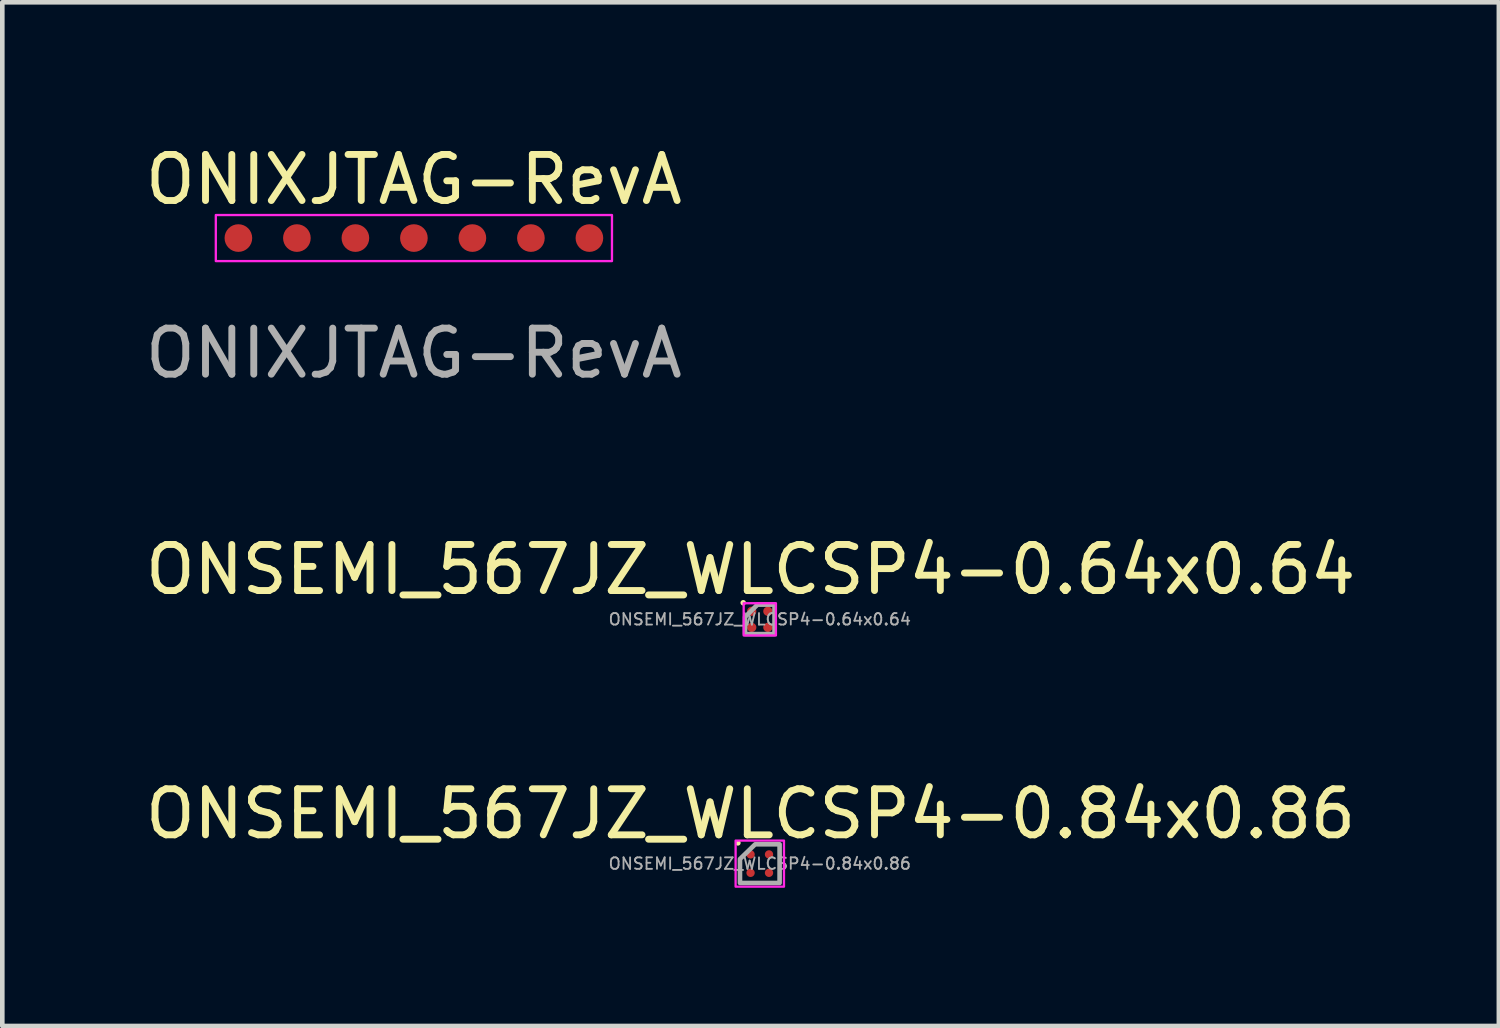
<source format=kicad_pcb>
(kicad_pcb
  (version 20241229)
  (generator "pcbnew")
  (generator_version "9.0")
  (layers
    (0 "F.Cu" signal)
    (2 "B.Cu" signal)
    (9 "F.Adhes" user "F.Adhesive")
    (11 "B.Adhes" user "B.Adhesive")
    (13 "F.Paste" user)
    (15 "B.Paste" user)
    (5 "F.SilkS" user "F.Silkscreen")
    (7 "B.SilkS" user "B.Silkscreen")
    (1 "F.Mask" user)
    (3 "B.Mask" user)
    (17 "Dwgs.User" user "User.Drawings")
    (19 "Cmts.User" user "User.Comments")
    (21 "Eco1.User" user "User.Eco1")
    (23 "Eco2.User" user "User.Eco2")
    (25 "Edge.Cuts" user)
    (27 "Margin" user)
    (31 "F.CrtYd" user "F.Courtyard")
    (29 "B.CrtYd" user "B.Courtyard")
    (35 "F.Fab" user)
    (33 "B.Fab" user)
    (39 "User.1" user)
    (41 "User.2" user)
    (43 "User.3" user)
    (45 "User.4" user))
  (footprint "ONSEMI_567JZ_WLCSP4-0.64x0.64"
    (layer "F.Cu")
    (at 13.444 10.395)
    (property "Reference" "ONSEMI_567JZ_WLCSP4-0.64x0.64" (at -0.2 -1.08 0) (unlocked yes) (layer "F.SilkS") (effects (font (size 1 1) (thickness 0.15))))
    (attr smd)
    (fp_line (start -0.36 -0.36) (end -0.36 -0.36) (stroke (width 0.12) (type solid)) (layer "F.SilkS"))
    (fp_rect (start -0.35 0.35) (end 0.35 -0.35) (stroke (width 0.05) (type solid)) (fill no) (layer "F.CrtYd"))
    (fp_poly (pts (xy -0.32 -0.05) (xy -0.05 -0.32) (xy 0.32 -0.32) (xy 0.32 0.32) (xy -0.32 0.32)) (stroke (width 0.1) (type solid)) (fill no) (layer "F.Fab"))
    (fp_text user "${REFERENCE}" (at 0 0 0) (unlocked yes) (layer "F.Fab") (effects (font (size 0.25 0.25) (thickness 0.04))))
    (pad "A1" smd circle (at -0.175 -0.175) (size 0.2 0.2) (layers "F.Cu" "F.Mask" "F.Paste"))
    (pad "A2" smd circle (at 0.175 -0.175) (size 0.2 0.2) (layers "F.Cu" "F.Mask" "F.Paste"))
    (pad "B1" smd circle (at -0.175 0.175) (size 0.2 0.2) (layers "F.Cu" "F.Mask" "F.Paste"))
    (pad "B2" smd circle (at 0.175 0.175) (size 0.2 0.2) (layers "F.Cu" "F.Mask" "F.Paste")))
  (footprint "ONIXJTAG-RevA"
    (layer "F.Cu")
    (at 5.935 2.118)
    (property "Reference" "ONIXJTAG-RevA" (at 0 -1.27 0) (unlocked yes) (layer "F.SilkS") (effects (font (size 1 1) (thickness 0.15))))
    (attr smd)
    (fp_rect (start -4.3 -0.5) (end 4.3 0.5) (stroke (width 0.05) (type solid)) (fill no) (layer "F.CrtYd"))
    (fp_text user "${REFERENCE}" (at 0 2.5 0) (unlocked yes) (layer "F.Fab") (effects (font (size 1 1) (thickness 0.15))))
    (pad "1" smd circle (at -3.81 0 270) (size 0.6 0.6) (layers "F.Cu" "F.Mask"))
    (pad "2" smd circle (at -2.54 0 270) (size 0.6 0.6) (layers "F.Cu" "F.Mask"))
    (pad "3" smd circle (at -1.27 0 270) (size 0.6 0.6) (layers "F.Cu" "F.Mask"))
    (pad "4" smd circle (at 0 0 270) (size 0.6 0.6) (layers "F.Cu" "F.Mask"))
    (pad "5" smd circle (at 1.27 0 270) (size 0.6 0.6) (layers "F.Cu" "F.Mask"))
    (pad "6" smd circle (at 2.54 0 270) (size 0.6 0.6) (layers "F.Cu" "F.Mask"))
    (pad "7" smd circle (at 3.81 0 270) (size 0.6 0.6) (layers "F.Cu" "F.Mask")))
  (footprint "ONSEMI_567JZ_WLCSP4-0.84x0.86"
    (layer "F.Cu")
    (at 13.444 15.698)
    (property "Reference" "ONSEMI_567JZ_WLCSP4-0.84x0.86" (at -0.2 -1.08 0) (unlocked yes) (layer "F.SilkS") (effects (font (size 1 1) (thickness 0.15))))
    (attr smd)
    (fp_line (start -0.475 -0.45) (end -0.475 -0.45) (stroke (width 0.12) (type solid)) (layer "F.SilkS"))
    (fp_rect (start -0.525 -0.5) (end 0.525 0.5) (stroke (width 0.05) (type solid)) (fill no) (layer "F.CrtYd"))
    (fp_poly (pts (xy -0.43 -0.1) (xy -0.1 -0.42) (xy 0.43 -0.42) (xy 0.43 0.42) (xy -0.43 0.42)) (stroke (width 0.1) (type solid)) (fill no) (layer "F.Fab"))
    (fp_text user "${REFERENCE}" (at 0 0 0) (unlocked yes) (layer "F.Fab") (effects (font (size 0.25 0.25) (thickness 0.04))))
    (pad "A1" smd circle (at -0.2 -0.2) (size 0.18 0.18) (layers "F.Cu" "F.Mask" "F.Paste"))
    (pad "A2" smd circle (at 0.2 -0.2) (size 0.18 0.18) (layers "F.Cu" "F.Mask" "F.Paste"))
    (pad "B1" smd circle (at -0.2 0.2) (size 0.18 0.18) (layers "F.Cu" "F.Mask" "F.Paste"))
    (pad "B2" smd circle (at 0.2 0.2) (size 0.18 0.18) (layers "F.Cu" "F.Mask" "F.Paste")))
  (gr_rect
    (start -3 -3)
    (end 29.488 19.223)
    (stroke (width 0.1) (type default))
    (fill no)
    (layer "Edge.Cuts")))
</source>
